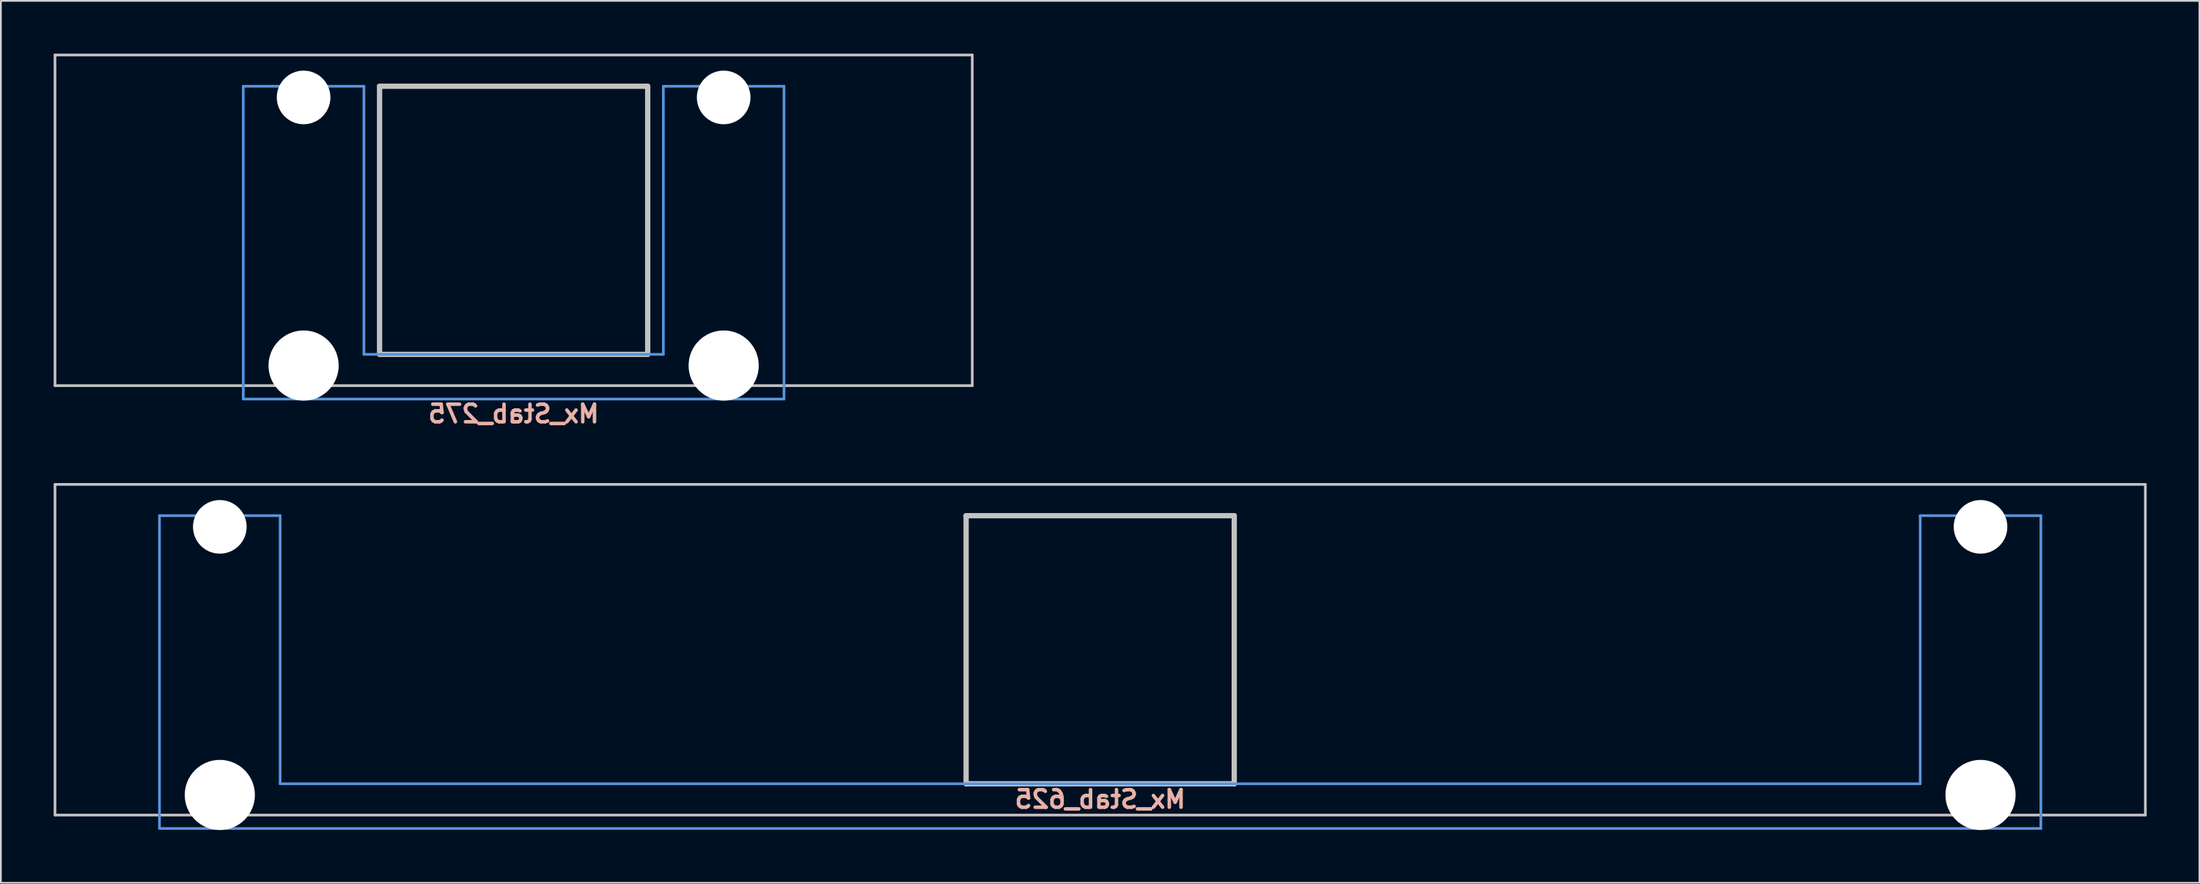
<source format=kicad_pcb>
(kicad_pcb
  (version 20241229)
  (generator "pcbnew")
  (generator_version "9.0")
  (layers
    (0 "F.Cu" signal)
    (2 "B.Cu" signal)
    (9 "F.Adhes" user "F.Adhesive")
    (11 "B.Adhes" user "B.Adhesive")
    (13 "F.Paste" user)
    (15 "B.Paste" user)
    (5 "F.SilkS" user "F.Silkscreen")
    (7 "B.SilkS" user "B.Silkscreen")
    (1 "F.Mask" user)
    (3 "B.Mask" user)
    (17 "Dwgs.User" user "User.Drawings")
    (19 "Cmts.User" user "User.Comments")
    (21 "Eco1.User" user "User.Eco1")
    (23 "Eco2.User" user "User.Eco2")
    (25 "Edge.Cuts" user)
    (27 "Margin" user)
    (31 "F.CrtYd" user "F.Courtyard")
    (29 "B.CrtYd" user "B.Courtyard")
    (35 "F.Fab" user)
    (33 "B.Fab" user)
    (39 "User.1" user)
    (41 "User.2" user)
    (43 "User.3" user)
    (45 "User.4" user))
  (footprint "Mx_Stab_625"
    (layer "F.Cu")
    (at 59.482 33.884)
    (property "Reference" "Mx_Stab_625" (at 0 8.5 0) (layer "B.SilkS") (effects (font (size 1 1) (thickness 0.2)) (justify mirror)))
    (attr through_hole)
    (fp_line (start -59.406 -9.398) (end 59.406 -9.398) (stroke (width 0.152) (type solid)) (layer "Dwgs.User"))
    (fp_line (start -59.406 9.398) (end -59.406 -9.398) (stroke (width 0.152) (type solid)) (layer "Dwgs.User"))
    (fp_line (start -7.62 -7.62) (end 7.62 -7.62) (stroke (width 0.3) (type solid)) (layer "Dwgs.User"))
    (fp_line (start -7.62 7.62) (end -7.62 -7.62) (stroke (width 0.3) (type solid)) (layer "Dwgs.User"))
    (fp_line (start 7.62 -7.62) (end 7.62 7.62) (stroke (width 0.3) (type solid)) (layer "Dwgs.User"))
    (fp_line (start 7.62 7.62) (end -7.62 7.62) (stroke (width 0.3) (type solid)) (layer "Dwgs.User"))
    (fp_line (start 59.406 -9.398) (end 59.406 9.398) (stroke (width 0.152) (type solid)) (layer "Dwgs.User"))
    (fp_line (start 59.406 9.398) (end -59.406 9.398) (stroke (width 0.152) (type solid)) (layer "Dwgs.User"))
    (fp_line (start -53.467 -7.62) (end -53.467 10.16) (stroke (width 0.152) (type solid)) (layer "Cmts.User"))
    (fp_line (start -53.467 10.16) (end 53.467 10.16) (stroke (width 0.152) (type solid)) (layer "Cmts.User"))
    (fp_line (start -46.609 -7.62) (end -53.467 -7.62) (stroke (width 0.152) (type solid)) (layer "Cmts.User"))
    (fp_line (start -46.609 7.62) (end -46.609 -7.62) (stroke (width 0.152) (type solid)) (layer "Cmts.User"))
    (fp_line (start 46.609 -7.62) (end 46.609 7.62) (stroke (width 0.152) (type solid)) (layer "Cmts.User"))
    (fp_line (start 46.609 7.62) (end -46.609 7.62) (stroke (width 0.152) (type solid)) (layer "Cmts.User"))
    (fp_line (start 53.467 -7.62) (end 46.609 -7.62) (stroke (width 0.152) (type solid)) (layer "Cmts.User"))
    (fp_line (start 53.467 10.16) (end 53.467 -7.62) (stroke (width 0.152) (type solid)) (layer "Cmts.User"))
    (fp_line (start -54.229 -2.286) (end -53.365 -2.286) (stroke (width 0.152) (type solid)) (layer "Eco2.User"))
    (fp_line (start -54.229 0.508) (end -54.229 -2.286) (stroke (width 0.152) (type solid)) (layer "Eco2.User"))
    (fp_line (start -53.365 -5.69) (end -46.711 -5.69) (stroke (width 0.152) (type solid)) (layer "Eco2.User"))
    (fp_line (start -53.365 -2.286) (end -53.365 -5.69) (stroke (width 0.152) (type solid)) (layer "Eco2.User"))
    (fp_line (start -53.365 0.508) (end -54.229 0.508) (stroke (width 0.152) (type solid)) (layer "Eco2.User"))
    (fp_line (start -53.365 6.604) (end -53.365 0.508) (stroke (width 0.152) (type solid)) (layer "Eco2.User"))
    (fp_line (start -52.324 6.604) (end -53.365 6.604) (stroke (width 0.152) (type solid)) (layer "Eco2.User"))
    (fp_line (start -52.324 7.772) (end -52.324 6.604) (stroke (width 0.152) (type solid)) (layer "Eco2.User"))
    (fp_line (start -47.752 6.604) (end -47.752 7.772) (stroke (width 0.152) (type solid)) (layer "Eco2.User"))
    (fp_line (start -47.752 7.772) (end -52.324 7.772) (stroke (width 0.152) (type solid)) (layer "Eco2.User"))
    (fp_line (start -46.711 -5.69) (end -46.711 -2.286) (stroke (width 0.152) (type solid)) (layer "Eco2.User"))
    (fp_line (start -46.711 -2.286) (end -6.985 -2.286) (stroke (width 0.152) (type solid)) (layer "Eco2.User"))
    (fp_line (start -46.711 2.286) (end -46.711 6.604) (stroke (width 0.152) (type solid)) (layer "Eco2.User"))
    (fp_line (start -46.711 6.604) (end -47.752 6.604) (stroke (width 0.152) (type solid)) (layer "Eco2.User"))
    (fp_line (start -6.985 -6.985) (end 6.985 -6.985) (stroke (width 0.152) (type solid)) (layer "Eco2.User"))
    (fp_line (start -6.985 -2.286) (end -6.985 -6.985) (stroke (width 0.152) (type solid)) (layer "Eco2.User"))
    (fp_line (start -6.985 2.286) (end -46.711 2.286) (stroke (width 0.152) (type solid)) (layer "Eco2.User"))
    (fp_line (start -6.985 6.985) (end -6.985 2.286) (stroke (width 0.152) (type solid)) (layer "Eco2.User"))
    (fp_line (start 6.985 -6.985) (end 6.985 -2.286) (stroke (width 0.152) (type solid)) (layer "Eco2.User"))
    (fp_line (start 6.985 -2.286) (end 46.711 -2.286) (stroke (width 0.152) (type solid)) (layer "Eco2.User"))
    (fp_line (start 6.985 2.286) (end 6.985 6.985) (stroke (width 0.152) (type solid)) (layer "Eco2.User"))
    (fp_line (start 6.985 6.985) (end -6.985 6.985) (stroke (width 0.152) (type solid)) (layer "Eco2.User"))
    (fp_line (start 46.711 -5.69) (end 53.365 -5.69) (stroke (width 0.152) (type solid)) (layer "Eco2.User"))
    (fp_line (start 46.711 -2.286) (end 46.711 -5.69) (stroke (width 0.152) (type solid)) (layer "Eco2.User"))
    (fp_line (start 46.711 2.286) (end 6.985 2.286) (stroke (width 0.152) (type solid)) (layer "Eco2.User"))
    (fp_line (start 46.711 6.604) (end 46.711 2.286) (stroke (width 0.152) (type solid)) (layer "Eco2.User"))
    (fp_line (start 47.752 6.604) (end 46.711 6.604) (stroke (width 0.152) (type solid)) (layer "Eco2.User"))
    (fp_line (start 47.752 7.772) (end 47.752 6.604) (stroke (width 0.152) (type solid)) (layer "Eco2.User"))
    (fp_line (start 52.324 6.604) (end 52.324 7.772) (stroke (width 0.152) (type solid)) (layer "Eco2.User"))
    (fp_line (start 52.324 7.772) (end 47.752 7.772) (stroke (width 0.152) (type solid)) (layer "Eco2.User"))
    (fp_line (start 53.365 -5.69) (end 53.365 -2.286) (stroke (width 0.152) (type solid)) (layer "Eco2.User"))
    (fp_line (start 53.365 -2.286) (end 54.229 -2.286) (stroke (width 0.152) (type solid)) (layer "Eco2.User"))
    (fp_line (start 53.365 0.508) (end 53.365 6.604) (stroke (width 0.152) (type solid)) (layer "Eco2.User"))
    (fp_line (start 53.365 6.604) (end 52.324 6.604) (stroke (width 0.152) (type solid)) (layer "Eco2.User"))
    (fp_line (start 54.229 -2.286) (end 54.229 0.508) (stroke (width 0.152) (type solid)) (layer "Eco2.User"))
    (fp_line (start 54.229 0.508) (end 53.365 0.508) (stroke (width 0.152) (type solid)) (layer "Eco2.User"))
    (pad "" np_thru_hole circle (at -50.038 -6.985) (size 3.048 3.048) (drill 3.048) (layers "*.Cu" "*.Mask"))
    (pad "" np_thru_hole circle (at -50.038 8.255) (size 3.988 3.988) (drill 3.988) (layers "*.Cu" "*.Mask"))
    (pad "" np_thru_hole circle (at 50.038 -6.985) (size 3.048 3.048) (drill 3.048) (layers "*.Cu" "*.Mask"))
    (pad "" np_thru_hole circle (at 50.038 8.255) (size 3.988 3.988) (drill 3.988) (layers "*.Cu" "*.Mask")))
  (footprint "Mx_Stab_275"
    (layer "F.Cu")
    (at 26.144 9.474)
    (property "Reference" "Mx_Stab_275" (at 0 11 0) (layer "B.SilkS") (effects (font (size 1 1) (thickness 0.2)) (justify mirror)))
    (attr through_hole)
    (fp_line (start -26.068 -9.398) (end 26.068 -9.398) (stroke (width 0.152) (type solid)) (layer "Dwgs.User"))
    (fp_line (start -26.068 9.398) (end -26.068 -9.398) (stroke (width 0.152) (type solid)) (layer "Dwgs.User"))
    (fp_line (start -7.62 -7.62) (end 7.62 -7.62) (stroke (width 0.3) (type solid)) (layer "Dwgs.User"))
    (fp_line (start -7.62 7.62) (end -7.62 -7.62) (stroke (width 0.3) (type solid)) (layer "Dwgs.User"))
    (fp_line (start 7.62 -7.62) (end 7.62 7.62) (stroke (width 0.3) (type solid)) (layer "Dwgs.User"))
    (fp_line (start 7.62 7.62) (end -7.62 7.62) (stroke (width 0.3) (type solid)) (layer "Dwgs.User"))
    (fp_line (start 26.068 -9.398) (end 26.068 9.398) (stroke (width 0.152) (type solid)) (layer "Dwgs.User"))
    (fp_line (start 26.068 9.398) (end -26.068 9.398) (stroke (width 0.152) (type solid)) (layer "Dwgs.User"))
    (fp_line (start -15.367 -7.62) (end -15.367 10.16) (stroke (width 0.152) (type solid)) (layer "Cmts.User"))
    (fp_line (start -15.367 10.16) (end 15.367 10.16) (stroke (width 0.152) (type solid)) (layer "Cmts.User"))
    (fp_line (start -8.509 -7.62) (end -15.367 -7.62) (stroke (width 0.152) (type solid)) (layer "Cmts.User"))
    (fp_line (start -8.509 7.62) (end -8.509 -7.62) (stroke (width 0.152) (type solid)) (layer "Cmts.User"))
    (fp_line (start 8.509 -7.62) (end 8.509 7.62) (stroke (width 0.152) (type solid)) (layer "Cmts.User"))
    (fp_line (start 8.509 7.62) (end -8.509 7.62) (stroke (width 0.152) (type solid)) (layer "Cmts.User"))
    (fp_line (start 15.367 -7.62) (end 8.509 -7.62) (stroke (width 0.152) (type solid)) (layer "Cmts.User"))
    (fp_line (start 15.367 10.16) (end 15.367 -7.62) (stroke (width 0.152) (type solid)) (layer "Cmts.User"))
    (fp_line (start -16.129 -2.286) (end -15.265 -2.286) (stroke (width 0.152) (type solid)) (layer "Eco2.User"))
    (fp_line (start -16.129 0.508) (end -16.129 -2.286) (stroke (width 0.152) (type solid)) (layer "Eco2.User"))
    (fp_line (start -15.265 -5.69) (end -8.611 -5.69) (stroke (width 0.152) (type solid)) (layer "Eco2.User"))
    (fp_line (start -15.265 -2.286) (end -15.265 -5.69) (stroke (width 0.152) (type solid)) (layer "Eco2.User"))
    (fp_line (start -15.265 0.508) (end -16.129 0.508) (stroke (width 0.152) (type solid)) (layer "Eco2.User"))
    (fp_line (start -15.265 6.604) (end -15.265 0.508) (stroke (width 0.152) (type solid)) (layer "Eco2.User"))
    (fp_line (start -14.224 6.604) (end -15.265 6.604) (stroke (width 0.152) (type solid)) (layer "Eco2.User"))
    (fp_line (start -14.224 7.772) (end -14.224 6.604) (stroke (width 0.152) (type solid)) (layer "Eco2.User"))
    (fp_line (start -9.652 6.604) (end -9.652 7.772) (stroke (width 0.152) (type solid)) (layer "Eco2.User"))
    (fp_line (start -9.652 7.772) (end -14.224 7.772) (stroke (width 0.152) (type solid)) (layer "Eco2.User"))
    (fp_line (start -8.611 -5.69) (end -8.611 -4.877) (stroke (width 0.152) (type solid)) (layer "Eco2.User"))
    (fp_line (start -8.611 -4.877) (end -6.985 -4.877) (stroke (width 0.152) (type solid)) (layer "Eco2.User"))
    (fp_line (start -8.611 5.817) (end -8.611 6.604) (stroke (width 0.152) (type solid)) (layer "Eco2.User"))
    (fp_line (start -8.611 6.604) (end -9.652 6.604) (stroke (width 0.152) (type solid)) (layer "Eco2.User"))
    (fp_line (start -6.985 -6.985) (end 6.985 -6.985) (stroke (width 0.152) (type solid)) (layer "Eco2.User"))
    (fp_line (start -6.985 -4.877) (end -6.985 -6.985) (stroke (width 0.152) (type solid)) (layer "Eco2.User"))
    (fp_line (start -6.985 5.817) (end -8.611 5.817) (stroke (width 0.152) (type solid)) (layer "Eco2.User"))
    (fp_line (start -6.985 6.985) (end -6.985 5.817) (stroke (width 0.152) (type solid)) (layer "Eco2.User"))
    (fp_line (start 6.985 -6.985) (end 6.985 -4.877) (stroke (width 0.152) (type solid)) (layer "Eco2.User"))
    (fp_line (start 6.985 -4.877) (end 8.611 -4.877) (stroke (width 0.152) (type solid)) (layer "Eco2.User"))
    (fp_line (start 6.985 5.817) (end 6.985 6.985) (stroke (width 0.152) (type solid)) (layer "Eco2.User"))
    (fp_line (start 6.985 6.985) (end -6.985 6.985) (stroke (width 0.152) (type solid)) (layer "Eco2.User"))
    (fp_line (start 8.611 -5.69) (end 15.265 -5.69) (stroke (width 0.152) (type solid)) (layer "Eco2.User"))
    (fp_line (start 8.611 -4.877) (end 8.611 -5.69) (stroke (width 0.152) (type solid)) (layer "Eco2.User"))
    (fp_line (start 8.611 5.817) (end 6.985 5.817) (stroke (width 0.152) (type solid)) (layer "Eco2.User"))
    (fp_line (start 8.611 6.604) (end 8.611 5.817) (stroke (width 0.152) (type solid)) (layer "Eco2.User"))
    (fp_line (start 9.652 6.604) (end 8.611 6.604) (stroke (width 0.152) (type solid)) (layer "Eco2.User"))
    (fp_line (start 9.652 7.772) (end 9.652 6.604) (stroke (width 0.152) (type solid)) (layer "Eco2.User"))
    (fp_line (start 14.224 6.604) (end 14.224 7.772) (stroke (width 0.152) (type solid)) (layer "Eco2.User"))
    (fp_line (start 14.224 7.772) (end 9.652 7.772) (stroke (width 0.152) (type solid)) (layer "Eco2.User"))
    (fp_line (start 15.265 -5.69) (end 15.265 -2.286) (stroke (width 0.152) (type solid)) (layer "Eco2.User"))
    (fp_line (start 15.265 -2.286) (end 16.129 -2.286) (stroke (width 0.152) (type solid)) (layer "Eco2.User"))
    (fp_line (start 15.265 0.508) (end 15.265 6.604) (stroke (width 0.152) (type solid)) (layer "Eco2.User"))
    (fp_line (start 15.265 6.604) (end 14.224 6.604) (stroke (width 0.152) (type solid)) (layer "Eco2.User"))
    (fp_line (start 16.129 -2.286) (end 16.129 0.508) (stroke (width 0.152) (type solid)) (layer "Eco2.User"))
    (fp_line (start 16.129 0.508) (end 15.265 0.508) (stroke (width 0.152) (type solid)) (layer "Eco2.User"))
    (pad "" np_thru_hole circle (at -11.938 -6.985) (size 3.048 3.048) (drill 3.048) (layers "*.Cu" "*.Mask"))
    (pad "" np_thru_hole circle (at -11.938 8.255) (size 3.988 3.988) (drill 3.988) (layers "*.Cu" "*.Mask"))
    (pad "" np_thru_hole circle (at 11.938 -6.985) (size 3.048 3.048) (drill 3.048) (layers "*.Cu" "*.Mask"))
    (pad "" np_thru_hole circle (at 11.938 8.255) (size 3.988 3.988) (drill 3.988) (layers "*.Cu" "*.Mask")))
  (gr_rect
    (start -3 -3)
    (end 121.963 47.133)
    (stroke (width 0.1) (type default))
    (fill no)
    (layer "Edge.Cuts")))
</source>
